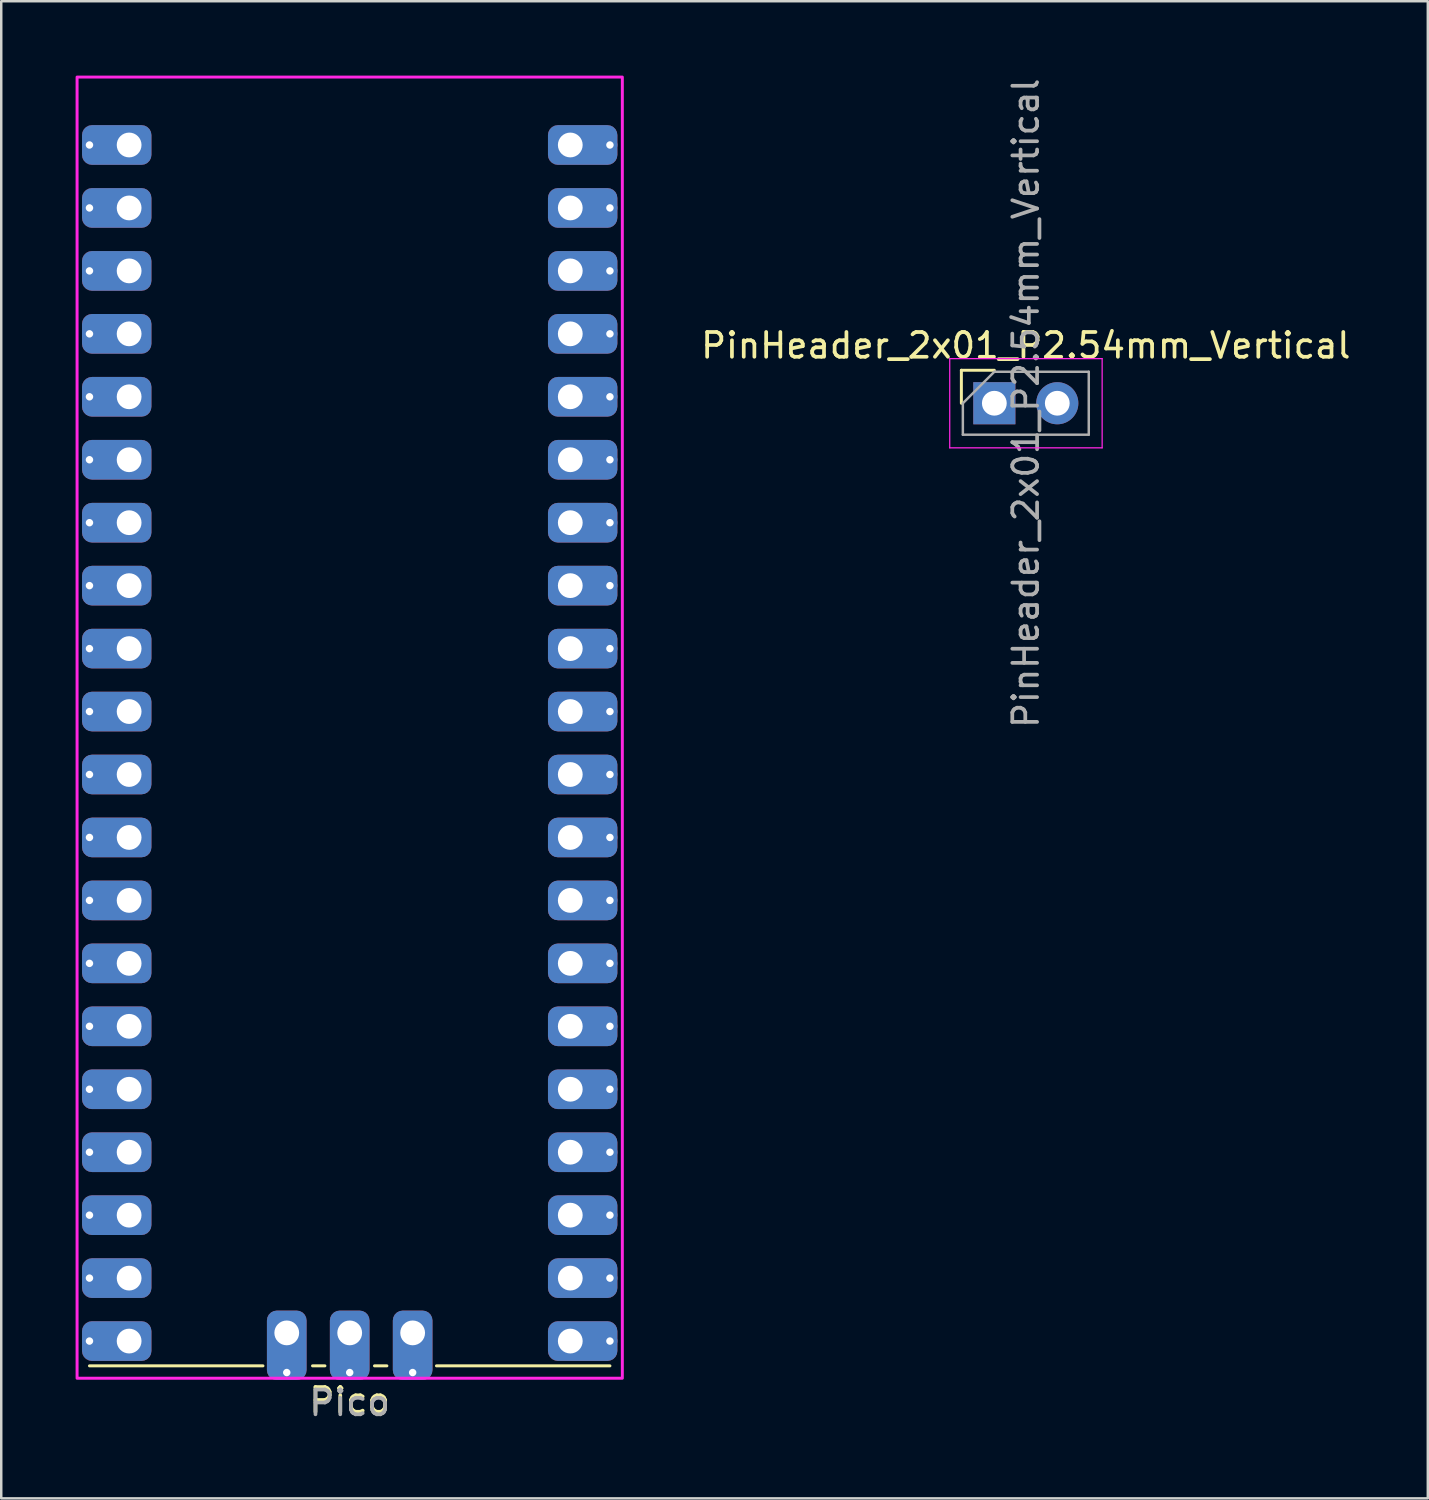
<source format=kicad_pcb>
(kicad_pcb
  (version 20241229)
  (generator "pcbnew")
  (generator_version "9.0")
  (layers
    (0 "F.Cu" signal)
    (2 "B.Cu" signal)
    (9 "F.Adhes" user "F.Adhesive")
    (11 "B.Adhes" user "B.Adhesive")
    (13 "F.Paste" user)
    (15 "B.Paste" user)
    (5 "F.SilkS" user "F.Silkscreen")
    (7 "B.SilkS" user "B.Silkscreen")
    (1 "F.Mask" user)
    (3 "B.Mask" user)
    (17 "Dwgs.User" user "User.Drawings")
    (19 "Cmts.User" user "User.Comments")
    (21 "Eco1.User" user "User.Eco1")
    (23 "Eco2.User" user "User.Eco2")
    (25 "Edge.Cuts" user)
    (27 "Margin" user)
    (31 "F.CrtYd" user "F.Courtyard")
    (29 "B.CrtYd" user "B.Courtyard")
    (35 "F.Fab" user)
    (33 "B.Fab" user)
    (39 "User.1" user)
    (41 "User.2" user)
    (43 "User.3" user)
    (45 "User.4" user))
  (footprint "Pico"
    (layer "F.Cu")
    (at 11.06 51.06)
    (property "Reference" "Pico" (at 0 2.4 0) (unlocked yes) (layer "F.SilkS") (effects (font (size 1 1) (thickness 0.15))))
    (fp_line (start -10.5 1) (end -3.5 1) (stroke (width 0.12) (type solid)) (layer "F.SilkS"))
    (fp_line (start -1.5 1) (end -1 1) (stroke (width 0.12) (type solid)) (layer "F.SilkS"))
    (fp_line (start 1 1) (end 1.5 1) (stroke (width 0.12) (type solid)) (layer "F.SilkS"))
    (fp_line (start 3.5 1) (end 10.5 1) (stroke (width 0.12) (type solid)) (layer "F.SilkS"))
    (fp_rect (start -11 1.5) (end 11 -51) (stroke (width 0.12) (type solid)) (fill no) (layer "F.CrtYd"))
    (fp_text user "${REFERENCE}" (at 0 2.5 0) (unlocked yes) (layer "F.Fab") (effects (font (size 1 1) (thickness 0.15))))
    (pad "1" thru_hole circle (at -10.5 -48.26) (size 0.6 0.6) (drill 0.3) (layers "*.Cu" "*.Mask"))
    (pad "1" thru_hole roundrect (at -8.9 -48.26) (size 2.8 1.6) (drill 1 (offset -0.5 0)) (layers "*.Cu" "*.Mask") (roundrect_rratio 0.25))
    (pad "2" thru_hole circle (at -10.5 -45.72) (size 0.6 0.6) (drill 0.3) (layers "*.Cu" "*.Mask"))
    (pad "2" thru_hole roundrect (at -8.9 -45.72) (size 2.8 1.6) (drill 1 (offset -0.5 0)) (layers "*.Cu" "*.Mask") (roundrect_rratio 0.25))
    (pad "3" thru_hole circle (at -10.5 -43.18) (size 0.6 0.6) (drill 0.3) (layers "*.Cu" "*.Mask"))
    (pad "3" thru_hole roundrect (at -8.9 -43.18) (size 2.8 1.6) (drill 1 (offset -0.5 0)) (layers "*.Cu" "*.Mask") (roundrect_rratio 0.25))
    (pad "4" thru_hole circle (at -10.5 -40.64) (size 0.6 0.6) (drill 0.3) (layers "*.Cu" "*.Mask"))
    (pad "4" thru_hole roundrect (at -8.9 -40.64) (size 2.8 1.6) (drill 1 (offset -0.5 0)) (layers "*.Cu" "*.Mask") (roundrect_rratio 0.25))
    (pad "5" thru_hole circle (at -10.5 -38.1) (size 0.6 0.6) (drill 0.3) (layers "*.Cu" "*.Mask"))
    (pad "5" thru_hole roundrect (at -8.9 -38.1) (size 2.8 1.6) (drill 1 (offset -0.5 0)) (layers "*.Cu" "*.Mask") (roundrect_rratio 0.25))
    (pad "6" thru_hole circle (at -10.5 -35.56) (size 0.6 0.6) (drill 0.3) (layers "*.Cu" "*.Mask"))
    (pad "6" thru_hole roundrect (at -8.9 -35.56) (size 2.8 1.6) (drill 1 (offset -0.5 0)) (layers "*.Cu" "*.Mask") (roundrect_rratio 0.25))
    (pad "7" thru_hole circle (at -10.5 -33.02) (size 0.6 0.6) (drill 0.3) (layers "*.Cu" "*.Mask"))
    (pad "7" thru_hole roundrect (at -8.9 -33.02) (size 2.8 1.6) (drill 1 (offset -0.5 0)) (layers "*.Cu" "*.Mask") (roundrect_rratio 0.25))
    (pad "8" thru_hole circle (at -10.5 -30.48) (size 0.6 0.6) (drill 0.3) (layers "*.Cu" "*.Mask"))
    (pad "8" thru_hole roundrect (at -8.9 -30.48) (size 2.8 1.6) (drill 1 (offset -0.5 0)) (layers "*.Cu" "*.Mask") (roundrect_rratio 0.25))
    (pad "9" thru_hole circle (at -10.5 -27.94) (size 0.6 0.6) (drill 0.3) (layers "*.Cu" "*.Mask"))
    (pad "9" thru_hole roundrect (at -8.9 -27.94) (size 2.8 1.6) (drill 1 (offset -0.5 0)) (layers "*.Cu" "*.Mask") (roundrect_rratio 0.25))
    (pad "10" thru_hole circle (at -10.5 -25.4) (size 0.6 0.6) (drill 0.3) (layers "*.Cu" "*.Mask"))
    (pad "10" thru_hole roundrect (at -8.9 -25.4) (size 2.8 1.6) (drill 1 (offset -0.5 0)) (layers "*.Cu" "*.Mask") (roundrect_rratio 0.25))
    (pad "11" thru_hole circle (at -10.5 -22.86) (size 0.6 0.6) (drill 0.3) (layers "*.Cu" "*.Mask"))
    (pad "11" thru_hole roundrect (at -8.9 -22.86) (size 2.8 1.6) (drill 1 (offset -0.5 0)) (layers "*.Cu" "*.Mask") (roundrect_rratio 0.25))
    (pad "12" thru_hole circle (at -10.5 -20.32) (size 0.6 0.6) (drill 0.3) (layers "*.Cu" "*.Mask"))
    (pad "12" thru_hole roundrect (at -8.9 -20.32) (size 2.8 1.6) (drill 1 (offset -0.5 0)) (layers "*.Cu" "*.Mask") (roundrect_rratio 0.25))
    (pad "13" thru_hole circle (at -10.5 -17.78) (size 0.6 0.6) (drill 0.3) (layers "*.Cu" "*.Mask"))
    (pad "13" thru_hole roundrect (at -8.9 -17.78) (size 2.8 1.6) (drill 1 (offset -0.5 0)) (layers "*.Cu" "*.Mask") (roundrect_rratio 0.25))
    (pad "14" thru_hole circle (at -10.5 -15.24) (size 0.6 0.6) (drill 0.3) (layers "*.Cu" "*.Mask"))
    (pad "14" thru_hole roundrect (at -8.9 -15.24) (size 2.8 1.6) (drill 1 (offset -0.5 0)) (layers "*.Cu" "*.Mask") (roundrect_rratio 0.25))
    (pad "15" thru_hole circle (at -10.5 -12.7) (size 0.6 0.6) (drill 0.3) (layers "*.Cu" "*.Mask"))
    (pad "15" thru_hole roundrect (at -8.9 -12.7) (size 2.8 1.6) (drill 1 (offset -0.5 0)) (layers "*.Cu" "*.Mask") (roundrect_rratio 0.25))
    (pad "16" thru_hole circle (at -10.5 -10.16) (size 0.6 0.6) (drill 0.3) (layers "*.Cu" "*.Mask"))
    (pad "16" thru_hole roundrect (at -8.9 -10.16) (size 2.8 1.6) (drill 1 (offset -0.5 0)) (layers "*.Cu" "*.Mask") (roundrect_rratio 0.25))
    (pad "17" thru_hole circle (at -10.5 -7.62) (size 0.6 0.6) (drill 0.3) (layers "*.Cu" "*.Mask"))
    (pad "17" thru_hole roundrect (at -8.9 -7.62) (size 2.8 1.6) (drill 1 (offset -0.5 0)) (layers "*.Cu" "*.Mask") (roundrect_rratio 0.25))
    (pad "18" thru_hole circle (at -10.5 -5.08) (size 0.6 0.6) (drill 0.3) (layers "*.Cu" "*.Mask"))
    (pad "18" thru_hole roundrect (at -8.9 -5.08) (size 2.8 1.6) (drill 1 (offset -0.5 0)) (layers "*.Cu" "*.Mask") (roundrect_rratio 0.25))
    (pad "19" thru_hole circle (at -10.5 -2.54) (size 0.6 0.6) (drill 0.3) (layers "*.Cu" "*.Mask"))
    (pad "19" thru_hole roundrect (at -8.9 -2.54) (size 2.8 1.6) (drill 1 (offset -0.5 0)) (layers "*.Cu" "*.Mask") (roundrect_rratio 0.25))
    (pad "20" thru_hole circle (at -10.5 0) (size 0.6 0.6) (drill 0.3) (layers "*.Cu" "*.Mask"))
    (pad "20" thru_hole roundrect (at -8.9 0) (size 2.8 1.6) (drill 1 (offset -0.5 0)) (layers "*.Cu" "*.Mask") (roundrect_rratio 0.25))
    (pad "21" thru_hole roundrect (at 8.9 0) (size 2.8 1.6) (drill 1 (offset 0.5 0)) (layers "*.Cu" "*.Mask") (roundrect_rratio 0.25))
    (pad "21" thru_hole circle (at 10.5 0) (size 0.6 0.6) (drill 0.3) (layers "*.Cu" "*.Mask"))
    (pad "22" thru_hole roundrect (at 8.9 -2.54) (size 2.8 1.6) (drill 1 (offset 0.5 0)) (layers "*.Cu" "*.Mask") (roundrect_rratio 0.25))
    (pad "22" thru_hole circle (at 10.5 -2.54) (size 0.6 0.6) (drill 0.3) (layers "*.Cu" "*.Mask"))
    (pad "23" thru_hole roundrect (at 8.9 -5.08) (size 2.8 1.6) (drill 1 (offset 0.5 0)) (layers "*.Cu" "*.Mask") (roundrect_rratio 0.25))
    (pad "23" thru_hole circle (at 10.5 -5.08) (size 0.6 0.6) (drill 0.3) (layers "*.Cu" "*.Mask"))
    (pad "24" thru_hole roundrect (at 8.9 -7.62) (size 2.8 1.6) (drill 1 (offset 0.5 0)) (layers "*.Cu" "*.Mask") (roundrect_rratio 0.25))
    (pad "24" thru_hole circle (at 10.5 -7.62) (size 0.6 0.6) (drill 0.3) (layers "*.Cu" "*.Mask"))
    (pad "25" thru_hole roundrect (at 8.9 -10.16) (size 2.8 1.6) (drill 1 (offset 0.5 0)) (layers "*.Cu" "*.Mask") (roundrect_rratio 0.25))
    (pad "25" thru_hole circle (at 10.5 -10.16) (size 0.6 0.6) (drill 0.3) (layers "*.Cu" "*.Mask"))
    (pad "26" thru_hole roundrect (at 8.9 -12.7) (size 2.8 1.6) (drill 1 (offset 0.5 0)) (layers "*.Cu" "*.Mask") (roundrect_rratio 0.25))
    (pad "26" thru_hole circle (at 10.5 -12.7) (size 0.6 0.6) (drill 0.3) (layers "*.Cu" "*.Mask"))
    (pad "27" thru_hole roundrect (at 8.9 -15.24) (size 2.8 1.6) (drill 1 (offset 0.5 0)) (layers "*.Cu" "*.Mask") (roundrect_rratio 0.25))
    (pad "27" thru_hole circle (at 10.5 -15.24) (size 0.6 0.6) (drill 0.3) (layers "*.Cu" "*.Mask"))
    (pad "28" thru_hole roundrect (at 8.9 -17.78) (size 2.8 1.6) (drill 1 (offset 0.5 0)) (layers "*.Cu" "*.Mask") (roundrect_rratio 0.25))
    (pad "28" thru_hole circle (at 10.5 -17.78) (size 0.6 0.6) (drill 0.3) (layers "*.Cu" "*.Mask"))
    (pad "29" thru_hole roundrect (at 8.9 -20.32) (size 2.8 1.6) (drill 1 (offset 0.5 0)) (layers "*.Cu" "*.Mask") (roundrect_rratio 0.25))
    (pad "29" thru_hole circle (at 10.5 -20.32) (size 0.6 0.6) (drill 0.3) (layers "*.Cu" "*.Mask"))
    (pad "30" thru_hole roundrect (at 8.9 -22.86) (size 2.8 1.6) (drill 1 (offset 0.5 0)) (layers "*.Cu" "*.Mask") (roundrect_rratio 0.25))
    (pad "30" thru_hole circle (at 10.5 -22.86) (size 0.6 0.6) (drill 0.3) (layers "*.Cu" "*.Mask"))
    (pad "31" thru_hole roundrect (at 8.9 -25.4) (size 2.8 1.6) (drill 1 (offset 0.5 0)) (layers "*.Cu" "*.Mask") (roundrect_rratio 0.25))
    (pad "31" thru_hole circle (at 10.5 -25.4) (size 0.6 0.6) (drill 0.3) (layers "*.Cu" "*.Mask"))
    (pad "32" thru_hole roundrect (at 8.9 -27.94) (size 2.8 1.6) (drill 1 (offset 0.5 0)) (layers "*.Cu" "*.Mask") (roundrect_rratio 0.25))
    (pad "32" thru_hole circle (at 10.5 -27.94) (size 0.6 0.6) (drill 0.3) (layers "*.Cu" "*.Mask"))
    (pad "33" thru_hole roundrect (at 8.9 -30.48) (size 2.8 1.6) (drill 1 (offset 0.5 0)) (layers "*.Cu" "*.Mask") (roundrect_rratio 0.25))
    (pad "33" thru_hole circle (at 10.5 -30.48) (size 0.6 0.6) (drill 0.3) (layers "*.Cu" "*.Mask"))
    (pad "34" thru_hole roundrect (at 8.9 -33.02) (size 2.8 1.6) (drill 1 (offset 0.5 0)) (layers "*.Cu" "*.Mask") (roundrect_rratio 0.25))
    (pad "34" thru_hole circle (at 10.5 -33.02) (size 0.6 0.6) (drill 0.3) (layers "*.Cu" "*.Mask"))
    (pad "35" thru_hole roundrect (at 8.9 -35.56) (size 2.8 1.6) (drill 1 (offset 0.5 0)) (layers "*.Cu" "*.Mask") (roundrect_rratio 0.25))
    (pad "35" thru_hole circle (at 10.5 -35.56) (size 0.6 0.6) (drill 0.3) (layers "*.Cu" "*.Mask"))
    (pad "36" thru_hole roundrect (at 8.9 -38.1) (size 2.8 1.6) (drill 1 (offset 0.5 0)) (layers "*.Cu" "*.Mask") (roundrect_rratio 0.25))
    (pad "36" thru_hole circle (at 10.5 -38.1) (size 0.6 0.6) (drill 0.3) (layers "*.Cu" "*.Mask"))
    (pad "37" thru_hole roundrect (at 8.9 -40.64) (size 2.8 1.6) (drill 1 (offset 0.5 0)) (layers "*.Cu" "*.Mask") (roundrect_rratio 0.25))
    (pad "37" thru_hole circle (at 10.5 -40.64) (size 0.6 0.6) (drill 0.3) (layers "*.Cu" "*.Mask"))
    (pad "38" thru_hole roundrect (at 8.9 -43.18) (size 2.8 1.6) (drill 1 (offset 0.5 0)) (layers "*.Cu" "*.Mask") (roundrect_rratio 0.25))
    (pad "38" thru_hole circle (at 10.5 -43.18) (size 0.6 0.6) (drill 0.3) (layers "*.Cu" "*.Mask"))
    (pad "39" thru_hole roundrect (at 8.9 -45.72) (size 2.8 1.6) (drill 1 (offset 0.5 0)) (layers "*.Cu" "*.Mask") (roundrect_rratio 0.25))
    (pad "39" thru_hole circle (at 10.5 -45.72) (size 0.6 0.6) (drill 0.3) (layers "*.Cu" "*.Mask"))
    (pad "40" thru_hole roundrect (at 8.9 -48.26) (size 2.8 1.6) (drill 1 (offset 0.5 0)) (layers "*.Cu" "*.Mask") (roundrect_rratio 0.25))
    (pad "40" thru_hole circle (at 10.5 -48.26) (size 0.6 0.6) (drill 0.3) (layers "*.Cu" "*.Mask"))
    (pad "D1" thru_hole roundrect (at -2.54 -0.33 270) (size 2.8 1.6) (drill 1 (offset 0.5 0)) (layers "*.Cu" "*.Mask") (roundrect_rratio 0.25))
    (pad "D1" thru_hole circle (at -2.54 1.27 270) (size 0.6 0.6) (drill 0.3) (layers "*.Cu" "*.Mask"))
    (pad "D2" thru_hole roundrect (at 0 -0.33 270) (size 2.8 1.6) (drill 1 (offset 0.5 0)) (layers "*.Cu" "*.Mask") (roundrect_rratio 0.25))
    (pad "D2" thru_hole circle (at 0 1.27 270) (size 0.6 0.6) (drill 0.3) (layers "*.Cu" "*.Mask"))
    (pad "D3" thru_hole roundrect (at 2.54 -0.33 270) (size 2.8 1.6) (drill 1 (offset 0.5 0)) (layers "*.Cu" "*.Mask") (roundrect_rratio 0.25))
    (pad "D3" thru_hole circle (at 2.54 1.27 270) (size 0.6 0.6) (drill 0.3) (layers "*.Cu" "*.Mask"))
    (zone (net_name "") (layer "F.Cu") (hatch edge 0.508) (connect_pads) (min_thickness 0.254) (filled_areas_thickness no) (keepout (tracks not_allowed) (vias not_allowed) (pads not_allowed) (copperpour not_allowed) (footprints allowed)) (placement (enabled no)) (fill) (polygon (pts (xy 10.06 10.06) (xy 8.06 10.06) (xy 8.06 8.06) (xy 10.06 8.06))))
    (zone (net_name "") (layer "F.Cu") (hatch edge 0.508) (connect_pads) (min_thickness 0.254) (filled_areas_thickness no) (keepout (tracks not_allowed) (vias not_allowed) (pads not_allowed) (copperpour not_allowed) (footprints allowed)) (placement (enabled no)) (fill) (polygon (pts (xy 10.06 12.56) (xy 8.06 12.56) (xy 8.06 10.56) (xy 10.06 10.56))))
    (zone (net_name "") (layer "F.Cu") (hatch edge 0.508) (connect_pads) (min_thickness 0.254) (filled_areas_thickness no) (keepout (tracks not_allowed) (vias not_allowed) (pads not_allowed) (copperpour not_allowed) (footprints allowed)) (placement (enabled no)) (fill) (polygon (pts (xy 10.06 15.06) (xy 8.06 15.06) (xy 8.06 13.06) (xy 10.06 13.06))))
    (zone (net_name "") (layer "F.Cu") (hatch edge 0.508) (connect_pads) (min_thickness 0.254) (filled_areas_thickness no) (keepout (tracks not_allowed) (vias not_allowed) (pads not_allowed) (copperpour not_allowed) (footprints allowed)) (placement (enabled no)) (fill) (polygon (pts (xy 15.06 7.06) (xy 7.06 7.06) (xy 7.06 1.06) (xy 15.06 1.06)))))
  (footprint "PinHeader_2x01_P2.54mm_Vertical"
    (layer "F.Cu")
    (at 37.07 13.22)
    (property "Reference" "PinHeader_2x01_P2.54mm_Vertical" (at 1.27 -2.33 0) (layer "F.SilkS") (effects (font (size 1 1) (thickness 0.15))))
    (attr through_hole)
    (fp_line (start -1.33 -1.33) (end 0 -1.33) (stroke (width 0.12) (type solid)) (layer "F.SilkS"))
    (fp_line (start -1.33 0) (end -1.33 -1.33) (stroke (width 0.12) (type solid)) (layer "F.SilkS"))
    (fp_line (start -1.8 -1.8) (end -1.8 1.8) (stroke (width 0.05) (type solid)) (layer "F.CrtYd"))
    (fp_line (start -1.8 1.8) (end 4.35 1.8) (stroke (width 0.05) (type solid)) (layer "F.CrtYd"))
    (fp_line (start 4.35 -1.8) (end -1.8 -1.8) (stroke (width 0.05) (type solid)) (layer "F.CrtYd"))
    (fp_line (start 4.35 1.8) (end 4.35 -1.8) (stroke (width 0.05) (type solid)) (layer "F.CrtYd"))
    (fp_line (start -1.27 0) (end 0 -1.27) (stroke (width 0.1) (type solid)) (layer "F.Fab"))
    (fp_line (start -1.27 1.27) (end -1.27 0) (stroke (width 0.1) (type solid)) (layer "F.Fab"))
    (fp_line (start 0 -1.27) (end 3.81 -1.27) (stroke (width 0.1) (type solid)) (layer "F.Fab"))
    (fp_line (start 3.81 -1.27) (end 3.81 1.27) (stroke (width 0.1) (type solid)) (layer "F.Fab"))
    (fp_line (start 3.81 1.27) (end -1.27 1.27) (stroke (width 0.1) (type solid)) (layer "F.Fab"))
    (fp_text user "${REFERENCE}" (at 1.27 0 90) (layer "F.Fab") (effects (font (size 1 1) (thickness 0.15))))
    (pad "1" thru_hole rect (at 0 0) (size 1.7 1.7) (drill 1) (layers "*.Cu" "*.Mask"))
    (pad "2" thru_hole oval (at 2.54 0) (size 1.7 1.7) (drill 1) (layers "*.Cu" "*.Mask")))
  (gr_rect
    (start -3 -3)
    (end 54.56 57.408)
    (stroke (width 0.1) (type default))
    (fill no)
    (layer "Edge.Cuts")))
</source>
